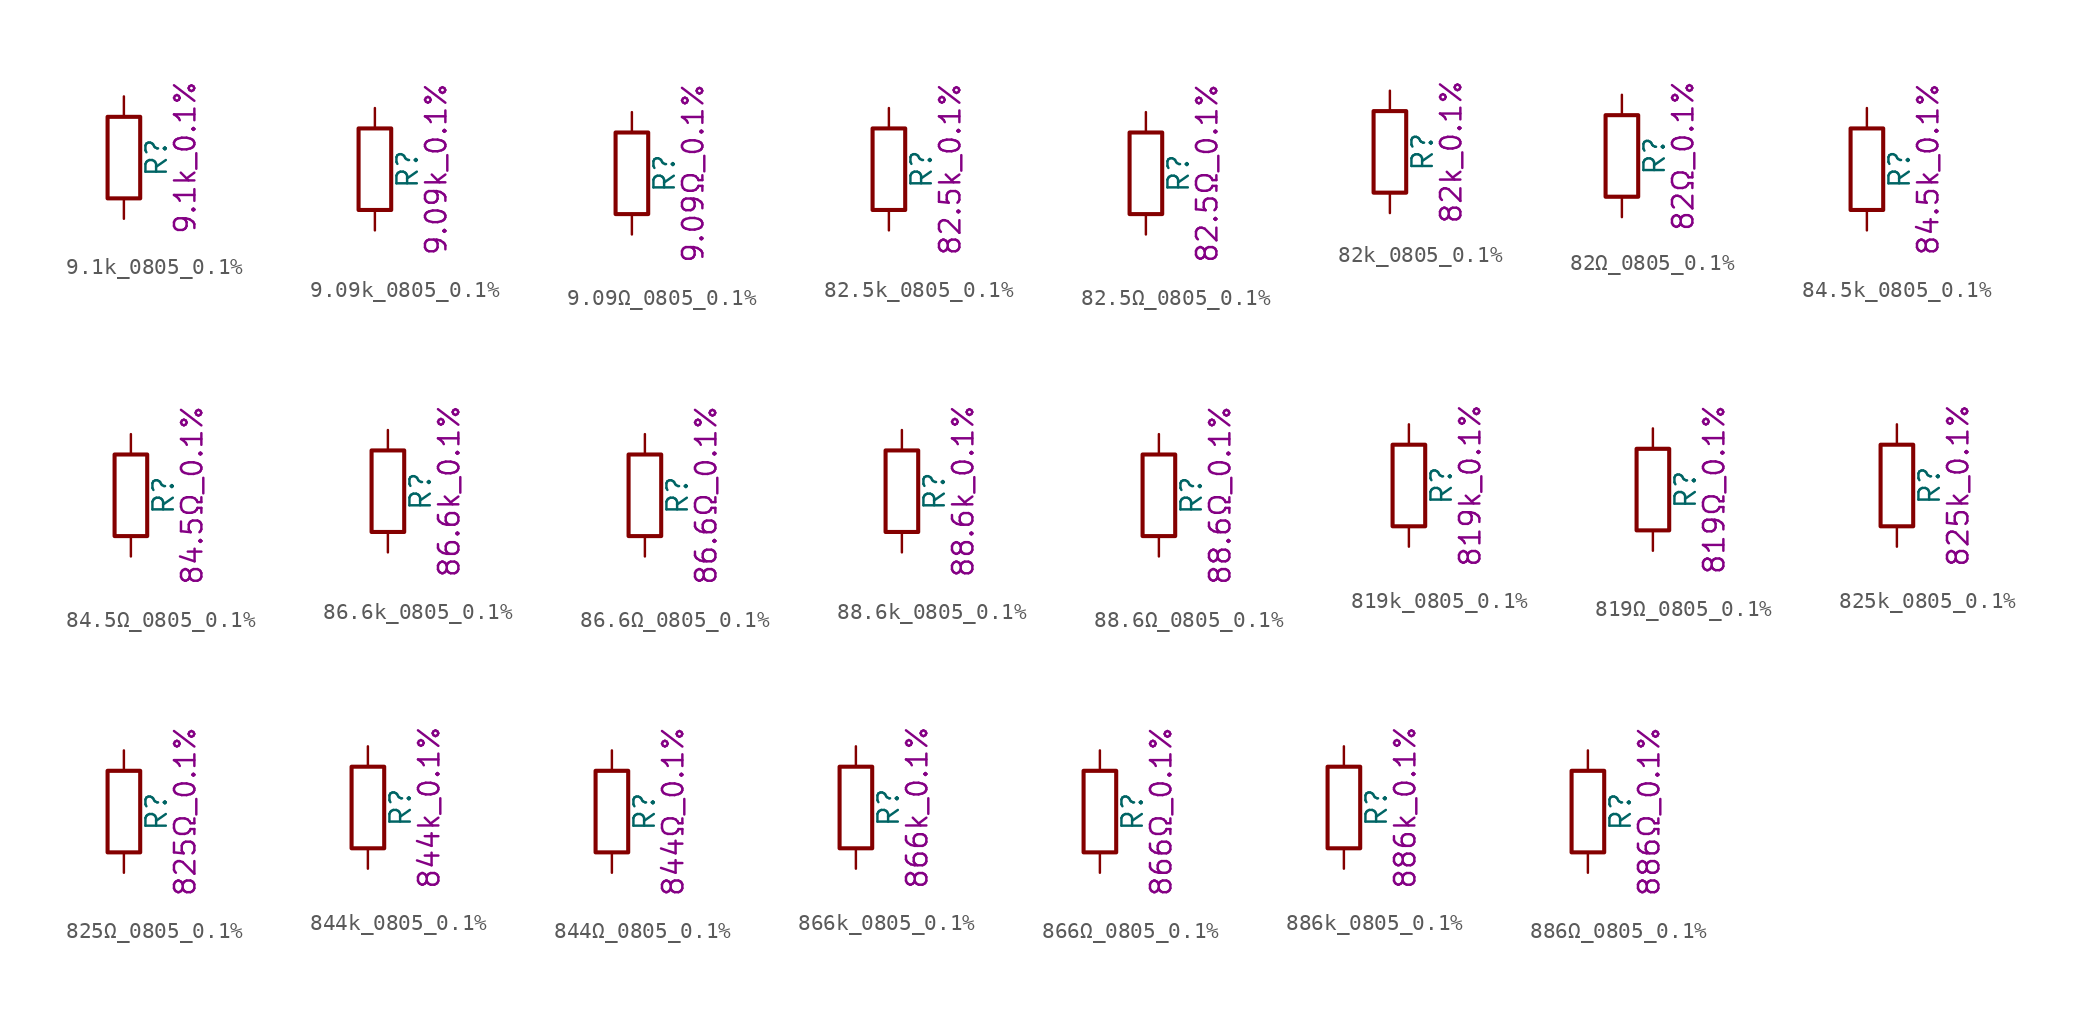
<source format=kicad_sym>
(kicad_symbol_lib
  (version 20211014)
  (generator kicad_symbol_editor)
  (symbol "9.1k_0805_0.1%"
    (pin_numbers hide)
    (pin_names
      (offset 0))
    (property "Reference" "R"
      (at 2.032 0 90)
      (effects (font (size 1.27 1.27))))
    (property "Display" "9.1k_0.1%"
      (at 3.81 0 90)
      (effects (font (size 1.27 1.27))))
    (symbol "9.1k_0805_0.1%_0_1"
      (rectangle (start -1.016 -2.54) (end 1.016 2.54) (stroke (width 0.254) (type default) (color 0 0 0 0)) (fill (type none))))
    (symbol "9.1k_0805_0.1%_1_1"
      (pin passive line (at 0 3.81 270) (length 1.27) (name "~" (effects (font (size 1.27 1.27)))) (number "1" (effects (font (size 1.27 1.27)))))
      (pin passive line (at 0 -3.81 90) (length 1.27) (name "~" (effects (font (size 1.27 1.27)))) (number "2" (effects (font (size 1.27 1.27)))))))
  (symbol "9.09k_0805_0.1%"
    (pin_numbers hide)
    (pin_names
      (offset 0))
    (property "Reference" "R"
      (at 2.032 0 90)
      (effects (font (size 1.27 1.27))))
    (property "Display" "9.09k_0.1%"
      (at 3.81 0 90)
      (effects (font (size 1.27 1.27))))
    (symbol "9.09k_0805_0.1%_0_1"
      (rectangle (start -1.016 -2.54) (end 1.016 2.54) (stroke (width 0.254) (type default) (color 0 0 0 0)) (fill (type none))))
    (symbol "9.09k_0805_0.1%_1_1"
      (pin passive line (at 0 3.81 270) (length 1.27) (name "~" (effects (font (size 1.27 1.27)))) (number "1" (effects (font (size 1.27 1.27)))))
      (pin passive line (at 0 -3.81 90) (length 1.27) (name "~" (effects (font (size 1.27 1.27)))) (number "2" (effects (font (size 1.27 1.27)))))))
  (symbol "9.09Ω_0805_0.1%"
    (pin_numbers hide)
    (pin_names
      (offset 0))
    (property "Reference" "R"
      (at 2.032 0 90)
      (effects (font (size 1.27 1.27))))
    (property "Display" "9.09Ω_0.1%"
      (at 3.81 0 90)
      (effects (font (size 1.27 1.27))))
    (symbol "9.09Ω_0805_0.1%_0_1"
      (rectangle (start -1.016 -2.54) (end 1.016 2.54) (stroke (width 0.254) (type default) (color 0 0 0 0)) (fill (type none))))
    (symbol "9.09Ω_0805_0.1%_1_1"
      (pin passive line (at 0 3.81 270) (length 1.27) (name "~" (effects (font (size 1.27 1.27)))) (number "1" (effects (font (size 1.27 1.27)))))
      (pin passive line (at 0 -3.81 90) (length 1.27) (name "~" (effects (font (size 1.27 1.27)))) (number "2" (effects (font (size 1.27 1.27)))))))
  (symbol "82.5k_0805_0.1%"
    (pin_numbers hide)
    (pin_names
      (offset 0))
    (property "Reference" "R"
      (at 2.032 0 90)
      (effects (font (size 1.27 1.27))))
    (property "Display" "82.5k_0.1%"
      (at 3.81 0 90)
      (effects (font (size 1.27 1.27))))
    (symbol "82.5k_0805_0.1%_0_1"
      (rectangle (start -1.016 -2.54) (end 1.016 2.54) (stroke (width 0.254) (type default) (color 0 0 0 0)) (fill (type none))))
    (symbol "82.5k_0805_0.1%_1_1"
      (pin passive line (at 0 3.81 270) (length 1.27) (name "~" (effects (font (size 1.27 1.27)))) (number "1" (effects (font (size 1.27 1.27)))))
      (pin passive line (at 0 -3.81 90) (length 1.27) (name "~" (effects (font (size 1.27 1.27)))) (number "2" (effects (font (size 1.27 1.27)))))))
  (symbol "82.5Ω_0805_0.1%"
    (pin_numbers hide)
    (pin_names
      (offset 0))
    (property "Reference" "R"
      (at 2.032 0 90)
      (effects (font (size 1.27 1.27))))
    (property "Display" "82.5Ω_0.1%"
      (at 3.81 0 90)
      (effects (font (size 1.27 1.27))))
    (symbol "82.5Ω_0805_0.1%_0_1"
      (rectangle (start -1.016 -2.54) (end 1.016 2.54) (stroke (width 0.254) (type default) (color 0 0 0 0)) (fill (type none))))
    (symbol "82.5Ω_0805_0.1%_1_1"
      (pin passive line (at 0 3.81 270) (length 1.27) (name "~" (effects (font (size 1.27 1.27)))) (number "1" (effects (font (size 1.27 1.27)))))
      (pin passive line (at 0 -3.81 90) (length 1.27) (name "~" (effects (font (size 1.27 1.27)))) (number "2" (effects (font (size 1.27 1.27)))))))
  (symbol "82k_0805_0.1%"
    (pin_numbers hide)
    (pin_names
      (offset 0))
    (property "Reference" "R"
      (at 2.032 0 90)
      (effects (font (size 1.27 1.27))))
    (property "Display" "82k_0.1%"
      (at 3.81 0 90)
      (effects (font (size 1.27 1.27))))
    (symbol "82k_0805_0.1%_0_1"
      (rectangle (start -1.016 -2.54) (end 1.016 2.54) (stroke (width 0.254) (type default) (color 0 0 0 0)) (fill (type none))))
    (symbol "82k_0805_0.1%_1_1"
      (pin passive line (at 0 3.81 270) (length 1.27) (name "~" (effects (font (size 1.27 1.27)))) (number "1" (effects (font (size 1.27 1.27)))))
      (pin passive line (at 0 -3.81 90) (length 1.27) (name "~" (effects (font (size 1.27 1.27)))) (number "2" (effects (font (size 1.27 1.27)))))))
  (symbol "82Ω_0805_0.1%"
    (pin_numbers hide)
    (pin_names
      (offset 0))
    (property "Reference" "R"
      (at 2.032 0 90)
      (effects (font (size 1.27 1.27))))
    (property "Display" "82Ω_0.1%"
      (at 3.81 0 90)
      (effects (font (size 1.27 1.27))))
    (symbol "82Ω_0805_0.1%_0_1"
      (rectangle (start -1.016 -2.54) (end 1.016 2.54) (stroke (width 0.254) (type default) (color 0 0 0 0)) (fill (type none))))
    (symbol "82Ω_0805_0.1%_1_1"
      (pin passive line (at 0 3.81 270) (length 1.27) (name "~" (effects (font (size 1.27 1.27)))) (number "1" (effects (font (size 1.27 1.27)))))
      (pin passive line (at 0 -3.81 90) (length 1.27) (name "~" (effects (font (size 1.27 1.27)))) (number "2" (effects (font (size 1.27 1.27)))))))
  (symbol "84.5k_0805_0.1%"
    (pin_numbers hide)
    (pin_names
      (offset 0))
    (property "Reference" "R"
      (at 2.032 0 90)
      (effects (font (size 1.27 1.27))))
    (property "Display" "84.5k_0.1%"
      (at 3.81 0 90)
      (effects (font (size 1.27 1.27))))
    (symbol "84.5k_0805_0.1%_0_1"
      (rectangle (start -1.016 -2.54) (end 1.016 2.54) (stroke (width 0.254) (type default) (color 0 0 0 0)) (fill (type none))))
    (symbol "84.5k_0805_0.1%_1_1"
      (pin passive line (at 0 3.81 270) (length 1.27) (name "~" (effects (font (size 1.27 1.27)))) (number "1" (effects (font (size 1.27 1.27)))))
      (pin passive line (at 0 -3.81 90) (length 1.27) (name "~" (effects (font (size 1.27 1.27)))) (number "2" (effects (font (size 1.27 1.27)))))))
  (symbol "84.5Ω_0805_0.1%"
    (pin_numbers hide)
    (pin_names
      (offset 0))
    (property "Reference" "R"
      (at 2.032 0 90)
      (effects (font (size 1.27 1.27))))
    (property "Display" "84.5Ω_0.1%"
      (at 3.81 0 90)
      (effects (font (size 1.27 1.27))))
    (symbol "84.5Ω_0805_0.1%_0_1"
      (rectangle (start -1.016 -2.54) (end 1.016 2.54) (stroke (width 0.254) (type default) (color 0 0 0 0)) (fill (type none))))
    (symbol "84.5Ω_0805_0.1%_1_1"
      (pin passive line (at 0 3.81 270) (length 1.27) (name "~" (effects (font (size 1.27 1.27)))) (number "1" (effects (font (size 1.27 1.27)))))
      (pin passive line (at 0 -3.81 90) (length 1.27) (name "~" (effects (font (size 1.27 1.27)))) (number "2" (effects (font (size 1.27 1.27)))))))
  (symbol "86.6k_0805_0.1%"
    (pin_numbers hide)
    (pin_names
      (offset 0))
    (property "Reference" "R"
      (at 2.032 0 90)
      (effects (font (size 1.27 1.27))))
    (property "Display" "86.6k_0.1%"
      (at 3.81 0 90)
      (effects (font (size 1.27 1.27))))
    (symbol "86.6k_0805_0.1%_0_1"
      (rectangle (start -1.016 -2.54) (end 1.016 2.54) (stroke (width 0.254) (type default) (color 0 0 0 0)) (fill (type none))))
    (symbol "86.6k_0805_0.1%_1_1"
      (pin passive line (at 0 3.81 270) (length 1.27) (name "~" (effects (font (size 1.27 1.27)))) (number "1" (effects (font (size 1.27 1.27)))))
      (pin passive line (at 0 -3.81 90) (length 1.27) (name "~" (effects (font (size 1.27 1.27)))) (number "2" (effects (font (size 1.27 1.27)))))))
  (symbol "86.6Ω_0805_0.1%"
    (pin_numbers hide)
    (pin_names
      (offset 0))
    (property "Reference" "R"
      (at 2.032 0 90)
      (effects (font (size 1.27 1.27))))
    (property "Display" "86.6Ω_0.1%"
      (at 3.81 0 90)
      (effects (font (size 1.27 1.27))))
    (symbol "86.6Ω_0805_0.1%_0_1"
      (rectangle (start -1.016 -2.54) (end 1.016 2.54) (stroke (width 0.254) (type default) (color 0 0 0 0)) (fill (type none))))
    (symbol "86.6Ω_0805_0.1%_1_1"
      (pin passive line (at 0 3.81 270) (length 1.27) (name "~" (effects (font (size 1.27 1.27)))) (number "1" (effects (font (size 1.27 1.27)))))
      (pin passive line (at 0 -3.81 90) (length 1.27) (name "~" (effects (font (size 1.27 1.27)))) (number "2" (effects (font (size 1.27 1.27)))))))
  (symbol "88.6k_0805_0.1%"
    (pin_numbers hide)
    (pin_names
      (offset 0))
    (property "Reference" "R"
      (at 2.032 0 90)
      (effects (font (size 1.27 1.27))))
    (property "Display" "88.6k_0.1%"
      (at 3.81 0 90)
      (effects (font (size 1.27 1.27))))
    (symbol "88.6k_0805_0.1%_0_1"
      (rectangle (start -1.016 -2.54) (end 1.016 2.54) (stroke (width 0.254) (type default) (color 0 0 0 0)) (fill (type none))))
    (symbol "88.6k_0805_0.1%_1_1"
      (pin passive line (at 0 3.81 270) (length 1.27) (name "~" (effects (font (size 1.27 1.27)))) (number "1" (effects (font (size 1.27 1.27)))))
      (pin passive line (at 0 -3.81 90) (length 1.27) (name "~" (effects (font (size 1.27 1.27)))) (number "2" (effects (font (size 1.27 1.27)))))))
  (symbol "88.6Ω_0805_0.1%"
    (pin_numbers hide)
    (pin_names
      (offset 0))
    (property "Reference" "R"
      (at 2.032 0 90)
      (effects (font (size 1.27 1.27))))
    (property "Display" "88.6Ω_0.1%"
      (at 3.81 0 90)
      (effects (font (size 1.27 1.27))))
    (symbol "88.6Ω_0805_0.1%_0_1"
      (rectangle (start -1.016 -2.54) (end 1.016 2.54) (stroke (width 0.254) (type default) (color 0 0 0 0)) (fill (type none))))
    (symbol "88.6Ω_0805_0.1%_1_1"
      (pin passive line (at 0 3.81 270) (length 1.27) (name "~" (effects (font (size 1.27 1.27)))) (number "1" (effects (font (size 1.27 1.27)))))
      (pin passive line (at 0 -3.81 90) (length 1.27) (name "~" (effects (font (size 1.27 1.27)))) (number "2" (effects (font (size 1.27 1.27)))))))
  (symbol "819k_0805_0.1%"
    (pin_numbers hide)
    (pin_names
      (offset 0))
    (property "Reference" "R"
      (at 2.032 0 90)
      (effects (font (size 1.27 1.27))))
    (property "Display" "819k_0.1%"
      (at 3.81 0 90)
      (effects (font (size 1.27 1.27))))
    (symbol "819k_0805_0.1%_0_1"
      (rectangle (start -1.016 -2.54) (end 1.016 2.54) (stroke (width 0.254) (type default) (color 0 0 0 0)) (fill (type none))))
    (symbol "819k_0805_0.1%_1_1"
      (pin passive line (at 0 3.81 270) (length 1.27) (name "~" (effects (font (size 1.27 1.27)))) (number "1" (effects (font (size 1.27 1.27)))))
      (pin passive line (at 0 -3.81 90) (length 1.27) (name "~" (effects (font (size 1.27 1.27)))) (number "2" (effects (font (size 1.27 1.27)))))))
  (symbol "819Ω_0805_0.1%"
    (pin_numbers hide)
    (pin_names
      (offset 0))
    (property "Reference" "R"
      (at 2.032 0 90)
      (effects (font (size 1.27 1.27))))
    (property "Display" "819Ω_0.1%"
      (at 3.81 0 90)
      (effects (font (size 1.27 1.27))))
    (symbol "819Ω_0805_0.1%_0_1"
      (rectangle (start -1.016 -2.54) (end 1.016 2.54) (stroke (width 0.254) (type default) (color 0 0 0 0)) (fill (type none))))
    (symbol "819Ω_0805_0.1%_1_1"
      (pin passive line (at 0 3.81 270) (length 1.27) (name "~" (effects (font (size 1.27 1.27)))) (number "1" (effects (font (size 1.27 1.27)))))
      (pin passive line (at 0 -3.81 90) (length 1.27) (name "~" (effects (font (size 1.27 1.27)))) (number "2" (effects (font (size 1.27 1.27)))))))
  (symbol "825k_0805_0.1%"
    (pin_numbers hide)
    (pin_names
      (offset 0))
    (property "Reference" "R"
      (at 2.032 0 90)
      (effects (font (size 1.27 1.27))))
    (property "Display" "825k_0.1%"
      (at 3.81 0 90)
      (effects (font (size 1.27 1.27))))
    (symbol "825k_0805_0.1%_0_1"
      (rectangle (start -1.016 -2.54) (end 1.016 2.54) (stroke (width 0.254) (type default) (color 0 0 0 0)) (fill (type none))))
    (symbol "825k_0805_0.1%_1_1"
      (pin passive line (at 0 3.81 270) (length 1.27) (name "~" (effects (font (size 1.27 1.27)))) (number "1" (effects (font (size 1.27 1.27)))))
      (pin passive line (at 0 -3.81 90) (length 1.27) (name "~" (effects (font (size 1.27 1.27)))) (number "2" (effects (font (size 1.27 1.27)))))))
  (symbol "825Ω_0805_0.1%"
    (pin_numbers hide)
    (pin_names
      (offset 0))
    (property "Reference" "R"
      (at 2.032 0 90)
      (effects (font (size 1.27 1.27))))
    (property "Display" "825Ω_0.1%"
      (at 3.81 0 90)
      (effects (font (size 1.27 1.27))))
    (symbol "825Ω_0805_0.1%_0_1"
      (rectangle (start -1.016 -2.54) (end 1.016 2.54) (stroke (width 0.254) (type default) (color 0 0 0 0)) (fill (type none))))
    (symbol "825Ω_0805_0.1%_1_1"
      (pin passive line (at 0 3.81 270) (length 1.27) (name "~" (effects (font (size 1.27 1.27)))) (number "1" (effects (font (size 1.27 1.27)))))
      (pin passive line (at 0 -3.81 90) (length 1.27) (name "~" (effects (font (size 1.27 1.27)))) (number "2" (effects (font (size 1.27 1.27)))))))
  (symbol "844k_0805_0.1%"
    (pin_numbers hide)
    (pin_names
      (offset 0))
    (property "Reference" "R"
      (at 2.032 0 90)
      (effects (font (size 1.27 1.27))))
    (property "Display" "844k_0.1%"
      (at 3.81 0 90)
      (effects (font (size 1.27 1.27))))
    (symbol "844k_0805_0.1%_0_1"
      (rectangle (start -1.016 -2.54) (end 1.016 2.54) (stroke (width 0.254) (type default) (color 0 0 0 0)) (fill (type none))))
    (symbol "844k_0805_0.1%_1_1"
      (pin passive line (at 0 3.81 270) (length 1.27) (name "~" (effects (font (size 1.27 1.27)))) (number "1" (effects (font (size 1.27 1.27)))))
      (pin passive line (at 0 -3.81 90) (length 1.27) (name "~" (effects (font (size 1.27 1.27)))) (number "2" (effects (font (size 1.27 1.27)))))))
  (symbol "844Ω_0805_0.1%"
    (pin_numbers hide)
    (pin_names
      (offset 0))
    (property "Reference" "R"
      (at 2.032 0 90)
      (effects (font (size 1.27 1.27))))
    (property "Display" "844Ω_0.1%"
      (at 3.81 0 90)
      (effects (font (size 1.27 1.27))))
    (symbol "844Ω_0805_0.1%_0_1"
      (rectangle (start -1.016 -2.54) (end 1.016 2.54) (stroke (width 0.254) (type default) (color 0 0 0 0)) (fill (type none))))
    (symbol "844Ω_0805_0.1%_1_1"
      (pin passive line (at 0 3.81 270) (length 1.27) (name "~" (effects (font (size 1.27 1.27)))) (number "1" (effects (font (size 1.27 1.27)))))
      (pin passive line (at 0 -3.81 90) (length 1.27) (name "~" (effects (font (size 1.27 1.27)))) (number "2" (effects (font (size 1.27 1.27)))))))
  (symbol "866k_0805_0.1%"
    (pin_numbers hide)
    (pin_names
      (offset 0))
    (property "Reference" "R"
      (at 2.032 0 90)
      (effects (font (size 1.27 1.27))))
    (property "Display" "866k_0.1%"
      (at 3.81 0 90)
      (effects (font (size 1.27 1.27))))
    (symbol "866k_0805_0.1%_0_1"
      (rectangle (start -1.016 -2.54) (end 1.016 2.54) (stroke (width 0.254) (type default) (color 0 0 0 0)) (fill (type none))))
    (symbol "866k_0805_0.1%_1_1"
      (pin passive line (at 0 3.81 270) (length 1.27) (name "~" (effects (font (size 1.27 1.27)))) (number "1" (effects (font (size 1.27 1.27)))))
      (pin passive line (at 0 -3.81 90) (length 1.27) (name "~" (effects (font (size 1.27 1.27)))) (number "2" (effects (font (size 1.27 1.27)))))))
  (symbol "866Ω_0805_0.1%"
    (pin_numbers hide)
    (pin_names
      (offset 0))
    (property "Reference" "R"
      (at 2.032 0 90)
      (effects (font (size 1.27 1.27))))
    (property "Display" "866Ω_0.1%"
      (at 3.81 0 90)
      (effects (font (size 1.27 1.27))))
    (symbol "866Ω_0805_0.1%_0_1"
      (rectangle (start -1.016 -2.54) (end 1.016 2.54) (stroke (width 0.254) (type default) (color 0 0 0 0)) (fill (type none))))
    (symbol "866Ω_0805_0.1%_1_1"
      (pin passive line (at 0 3.81 270) (length 1.27) (name "~" (effects (font (size 1.27 1.27)))) (number "1" (effects (font (size 1.27 1.27)))))
      (pin passive line (at 0 -3.81 90) (length 1.27) (name "~" (effects (font (size 1.27 1.27)))) (number "2" (effects (font (size 1.27 1.27)))))))
  (symbol "886k_0805_0.1%"
    (pin_numbers hide)
    (pin_names
      (offset 0))
    (property "Reference" "R"
      (at 2.032 0 90)
      (effects (font (size 1.27 1.27))))
    (property "Display" "886k_0.1%"
      (at 3.81 0 90)
      (effects (font (size 1.27 1.27))))
    (symbol "886k_0805_0.1%_0_1"
      (rectangle (start -1.016 -2.54) (end 1.016 2.54) (stroke (width 0.254) (type default) (color 0 0 0 0)) (fill (type none))))
    (symbol "886k_0805_0.1%_1_1"
      (pin passive line (at 0 3.81 270) (length 1.27) (name "~" (effects (font (size 1.27 1.27)))) (number "1" (effects (font (size 1.27 1.27)))))
      (pin passive line (at 0 -3.81 90) (length 1.27) (name "~" (effects (font (size 1.27 1.27)))) (number "2" (effects (font (size 1.27 1.27)))))))
  (symbol "886Ω_0805_0.1%"
    (pin_numbers hide)
    (pin_names
      (offset 0))
    (property "Reference" "R"
      (at 2.032 0 90)
      (effects (font (size 1.27 1.27))))
    (property "Display" "886Ω_0.1%"
      (at 3.81 0 90)
      (effects (font (size 1.27 1.27))))
    (symbol "886Ω_0805_0.1%_0_1"
      (rectangle (start -1.016 -2.54) (end 1.016 2.54) (stroke (width 0.254) (type default) (color 0 0 0 0)) (fill (type none))))
    (symbol "886Ω_0805_0.1%_1_1"
      (pin passive line (at 0 3.81 270) (length 1.27) (name "~" (effects (font (size 1.27 1.27)))) (number "1" (effects (font (size 1.27 1.27)))))
      (pin passive line (at 0 -3.81 90) (length 1.27) (name "~" (effects (font (size 1.27 1.27)))) (number "2" (effects (font (size 1.27 1.27))))))))
</source>
